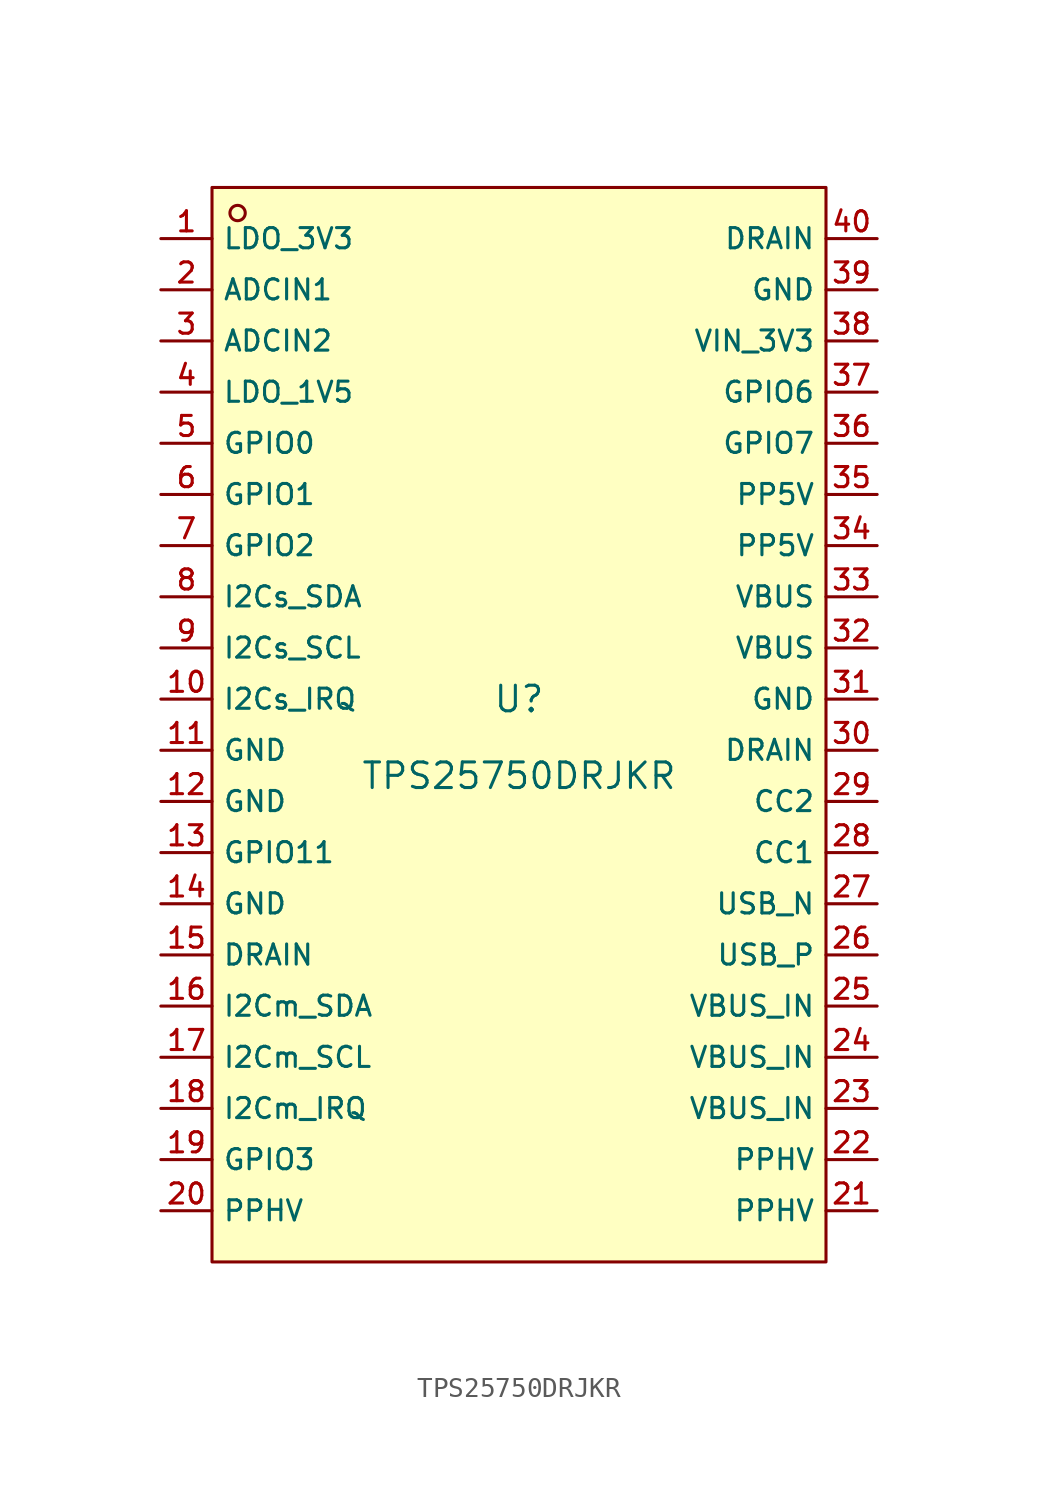
<source format=kicad_sym>
(kicad_symbol_lib
  (version 20210201)
  (generator TousstNicolas/JLC2KiCad_lib)
  (symbol "TPS25750DRJKR"
    (property "Reference" "U"
      (at 0 1.27 0)
      (effects (font (size 1.27 1.27))))
    (property "Value" "TPS25750DRJKR"
      (at 0 -2.54 0)
      (effects (font (size 1.27 1.27))))
    (symbol "TPS25750DRJKR_0_1"
      (rectangle (start -15.24 26.67) (end 15.24 -26.67) (stroke (width 0) (type default) (color 0 0 0 0)) (fill (type background)))
      (circle (center -13.97 25.4) (radius 0.381) (stroke (width 0) (type default) (color 0 0 0 0)) (fill (type background)))
      (pin unspecified line (at -17.78 24.13 0) (length 2.54) (name "LDO_3V3" (effects (font (size 1 1)))) (number "1" (effects (font (size 1 1)))))
      (pin unspecified line (at -17.78 21.59 0) (length 2.54) (name "ADCIN1" (effects (font (size 1 1)))) (number "2" (effects (font (size 1 1)))))
      (pin unspecified line (at -17.78 19.05 0) (length 2.54) (name "ADCIN2" (effects (font (size 1 1)))) (number "3" (effects (font (size 1 1)))))
      (pin unspecified line (at -17.78 16.51 0) (length 2.54) (name "LDO_1V5" (effects (font (size 1 1)))) (number "4" (effects (font (size 1 1)))))
      (pin unspecified line (at -17.78 13.97 0) (length 2.54) (name "GPIO0" (effects (font (size 1 1)))) (number "5" (effects (font (size 1 1)))))
      (pin unspecified line (at -17.78 11.43 0) (length 2.54) (name "GPIO1" (effects (font (size 1 1)))) (number "6" (effects (font (size 1 1)))))
      (pin unspecified line (at -17.78 8.89 0) (length 2.54) (name "GPIO2" (effects (font (size 1 1)))) (number "7" (effects (font (size 1 1)))))
      (pin unspecified line (at -17.78 6.35 0) (length 2.54) (name "I2Cs_SDA" (effects (font (size 1 1)))) (number "8" (effects (font (size 1 1)))))
      (pin unspecified line (at -17.78 3.81 0) (length 2.54) (name "I2Cs_SCL" (effects (font (size 1 1)))) (number "9" (effects (font (size 1 1)))))
      (pin unspecified line (at -17.78 1.27 0) (length 2.54) (name "I2Cs_IRQ" (effects (font (size 1 1)))) (number "10" (effects (font (size 1 1)))))
      (pin unspecified line (at -17.78 -1.27 0) (length 2.54) (name "GND" (effects (font (size 1 1)))) (number "11" (effects (font (size 1 1)))))
      (pin unspecified line (at -17.78 -3.81 0) (length 2.54) (name "GND" (effects (font (size 1 1)))) (number "12" (effects (font (size 1 1)))))
      (pin unspecified line (at -17.78 -6.35 0) (length 2.54) (name "GPIO11" (effects (font (size 1 1)))) (number "13" (effects (font (size 1 1)))))
      (pin unspecified line (at -17.78 -8.89 0) (length 2.54) (name "GND" (effects (font (size 1 1)))) (number "14" (effects (font (size 1 1)))))
      (pin unspecified line (at -17.78 -11.43 0) (length 2.54) (name "DRAIN" (effects (font (size 1 1)))) (number "15" (effects (font (size 1 1)))))
      (pin unspecified line (at -17.78 -13.97 0) (length 2.54) (name "I2Cm_SDA" (effects (font (size 1 1)))) (number "16" (effects (font (size 1 1)))))
      (pin unspecified line (at -17.78 -16.51 0) (length 2.54) (name "I2Cm_SCL" (effects (font (size 1 1)))) (number "17" (effects (font (size 1 1)))))
      (pin unspecified line (at -17.78 -19.05 0) (length 2.54) (name "I2Cm_IRQ" (effects (font (size 1 1)))) (number "18" (effects (font (size 1 1)))))
      (pin unspecified line (at -17.78 -21.59 0) (length 2.54) (name "GPIO3" (effects (font (size 1 1)))) (number "19" (effects (font (size 1 1)))))
      (pin unspecified line (at -17.78 -24.13 0) (length 2.54) (name "PPHV" (effects (font (size 1 1)))) (number "20" (effects (font (size 1 1)))))
      (pin unspecified line (at 17.78 -24.13 180) (length 2.54) (name "PPHV" (effects (font (size 1 1)))) (number "21" (effects (font (size 1 1)))))
      (pin unspecified line (at 17.78 -21.59 180) (length 2.54) (name "PPHV" (effects (font (size 1 1)))) (number "22" (effects (font (size 1 1)))))
      (pin unspecified line (at 17.78 -19.05 180) (length 2.54) (name "VBUS_IN" (effects (font (size 1 1)))) (number "23" (effects (font (size 1 1)))))
      (pin unspecified line (at 17.78 -16.51 180) (length 2.54) (name "VBUS_IN" (effects (font (size 1 1)))) (number "24" (effects (font (size 1 1)))))
      (pin unspecified line (at 17.78 -13.97 180) (length 2.54) (name "VBUS_IN" (effects (font (size 1 1)))) (number "25" (effects (font (size 1 1)))))
      (pin unspecified line (at 17.78 -11.43 180) (length 2.54) (name "USB_P" (effects (font (size 1 1)))) (number "26" (effects (font (size 1 1)))))
      (pin unspecified line (at 17.78 -8.89 180) (length 2.54) (name "USB_N" (effects (font (size 1 1)))) (number "27" (effects (font (size 1 1)))))
      (pin unspecified line (at 17.78 -6.35 180) (length 2.54) (name "CC1" (effects (font (size 1 1)))) (number "28" (effects (font (size 1 1)))))
      (pin unspecified line (at 17.78 -3.81 180) (length 2.54) (name "CC2" (effects (font (size 1 1)))) (number "29" (effects (font (size 1 1)))))
      (pin unspecified line (at 17.78 -1.27 180) (length 2.54) (name "DRAIN" (effects (font (size 1 1)))) (number "30" (effects (font (size 1 1)))))
      (pin unspecified line (at 17.78 1.27 180) (length 2.54) (name "GND" (effects (font (size 1 1)))) (number "31" (effects (font (size 1 1)))))
      (pin unspecified line (at 17.78 3.81 180) (length 2.54) (name "VBUS" (effects (font (size 1 1)))) (number "32" (effects (font (size 1 1)))))
      (pin unspecified line (at 17.78 6.35 180) (length 2.54) (name "VBUS" (effects (font (size 1 1)))) (number "33" (effects (font (size 1 1)))))
      (pin unspecified line (at 17.78 8.89 180) (length 2.54) (name "PP5V" (effects (font (size 1 1)))) (number "34" (effects (font (size 1 1)))))
      (pin unspecified line (at 17.78 11.43 180) (length 2.54) (name "PP5V" (effects (font (size 1 1)))) (number "35" (effects (font (size 1 1)))))
      (pin unspecified line (at 17.78 13.97 180) (length 2.54) (name "GPIO7" (effects (font (size 1 1)))) (number "36" (effects (font (size 1 1)))))
      (pin unspecified line (at 17.78 16.51 180) (length 2.54) (name "GPIO6" (effects (font (size 1 1)))) (number "37" (effects (font (size 1 1)))))
      (pin unspecified line (at 17.78 19.05 180) (length 2.54) (name "VIN_3V3" (effects (font (size 1 1)))) (number "38" (effects (font (size 1 1)))))
      (pin unspecified line (at 17.78 21.59 180) (length 2.54) (name "GND" (effects (font (size 1 1)))) (number "39" (effects (font (size 1 1)))))
      (pin unspecified line (at 17.78 24.13 180) (length 2.54) (name "DRAIN" (effects (font (size 1 1)))) (number "40" (effects (font (size 1 1))))))))
</source>
